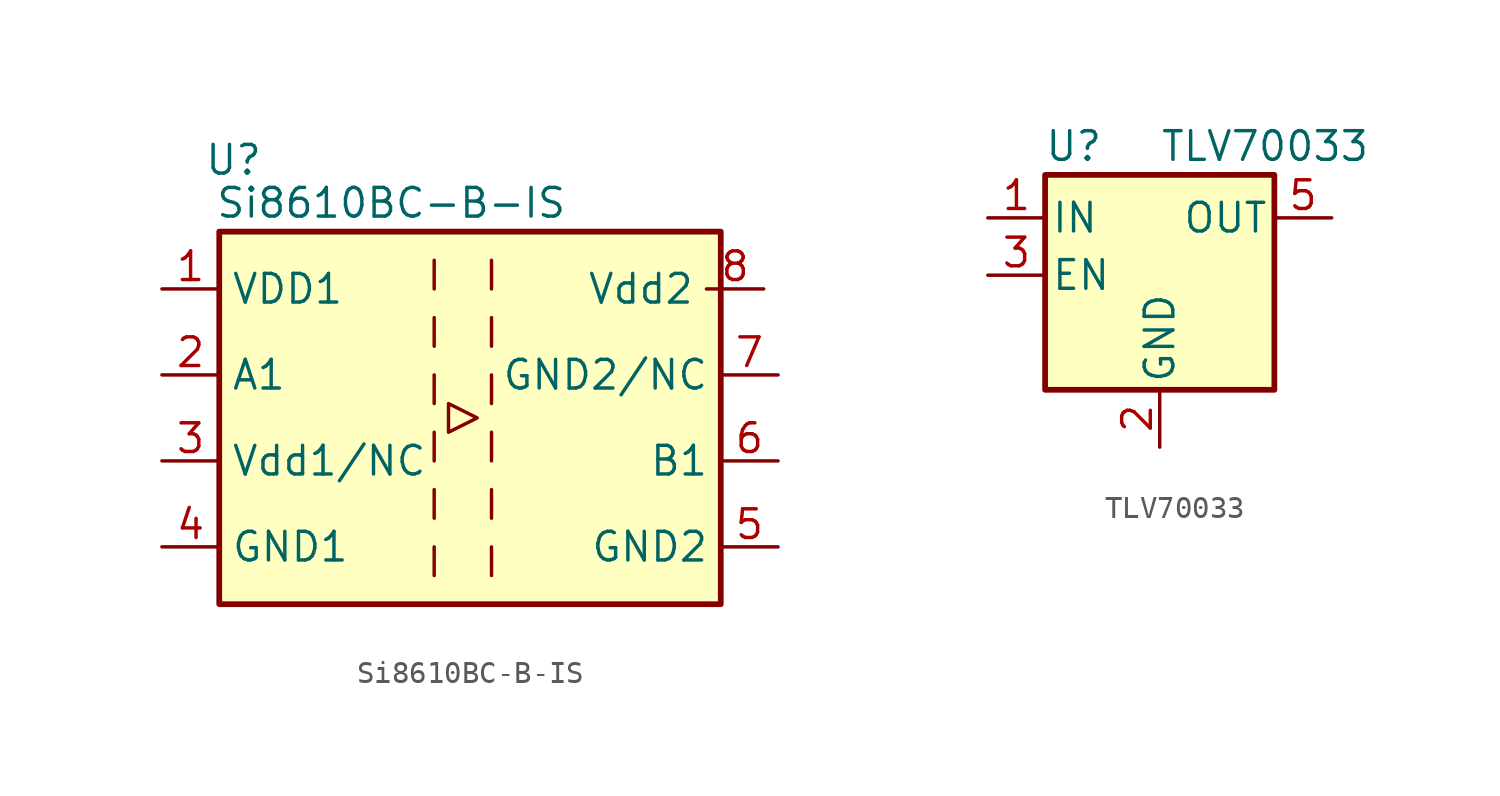
<source format=kicad_sym>
(kicad_symbol_lib
  (version 20211014)
  (generator kicad_symbol_editor)
  (symbol "Si8610BC-B-IS"
    (property "Reference" "U"
      (at -10.16 11.43 0)
      (effects (font (size 1.27 1.27))))
    (property "Value" "Si8610BC-B-IS"
      (at -3.175 9.525 0)
      (effects (font (size 1.27 1.27))))
    (symbol "Si8610BC-B-IS_0_1"
      (rectangle (start -10.795 8.255) (end 11.43 -8.255) (stroke (width 0.254) (type default) (color 0 0 0 0)) (fill (type background)))
      (polyline (pts (xy -1.27 -5.715) (xy -1.27 -6.985)) (stroke (width 0) (type default) (color 0 0 0 0)) (fill (type none)))
      (polyline (pts (xy -1.27 -3.175) (xy -1.27 -4.445)) (stroke (width 0) (type default) (color 0 0 0 0)) (fill (type none)))
      (polyline (pts (xy -1.27 -0.635) (xy -1.27 -1.905)) (stroke (width 0) (type default) (color 0 0 0 0)) (fill (type none)))
      (polyline (pts (xy -1.27 1.905) (xy -1.27 0.635)) (stroke (width 0) (type default) (color 0 0 0 0)) (fill (type none)))
      (polyline (pts (xy -1.27 4.445) (xy -1.27 3.175)) (stroke (width 0) (type default) (color 0 0 0 0)) (fill (type none)))
      (polyline (pts (xy -1.27 6.985) (xy -1.27 5.715)) (stroke (width 0) (type default) (color 0 0 0 0)) (fill (type none)))
      (polyline (pts (xy 1.27 -5.715) (xy 1.27 -6.985)) (stroke (width 0) (type default) (color 0 0 0 0)) (fill (type none)))
      (polyline (pts (xy 1.27 -3.175) (xy 1.27 -4.445)) (stroke (width 0) (type default) (color 0 0 0 0)) (fill (type none)))
      (polyline (pts (xy 1.27 -0.635) (xy 1.27 -1.905)) (stroke (width 0) (type default) (color 0 0 0 0)) (fill (type none)))
      (polyline (pts (xy 1.27 1.905) (xy 1.27 0.635)) (stroke (width 0) (type default) (color 0 0 0 0)) (fill (type none)))
      (polyline (pts (xy 1.27 4.445) (xy 1.27 3.175)) (stroke (width 0) (type default) (color 0 0 0 0)) (fill (type none)))
      (polyline (pts (xy 1.27 6.985) (xy 1.27 5.715)) (stroke (width 0) (type default) (color 0 0 0 0)) (fill (type none)))
      (polyline (pts (xy -0.635 0.635) (xy -0.635 -0.635) (xy 0.635 0) (xy -0.635 0.635)) (stroke (width 0) (type default) (color 0 0 0 0)) (fill (type none))))
    (symbol "Si8610BC-B-IS_1_1"
      (pin passive line (at -13.335 5.715 0) (length 2.54) (name "VDD1" (effects (font (size 1.27 1.27)))) (number "1" (effects (font (size 1.27 1.27)))))
      (pin passive line (at -13.335 1.905 0) (length 2.54) (name "A1" (effects (font (size 1.27 1.27)))) (number "2" (effects (font (size 1.27 1.27)))))
      (pin passive line (at -13.335 -1.905 0) (length 2.54) (name "Vdd1/NC" (effects (font (size 1.27 1.27)))) (number "3" (effects (font (size 1.27 1.27)))))
      (pin passive line (at -13.335 -5.715 0) (length 2.54) (name "GND1" (effects (font (size 1.27 1.27)))) (number "4" (effects (font (size 1.27 1.27)))))
      (pin passive line (at 13.97 -5.715 180) (length 2.54) (name "GND2" (effects (font (size 1.27 1.27)))) (number "5" (effects (font (size 1.27 1.27)))))
      (pin passive line (at 13.97 -1.905 180) (length 2.54) (name "B1" (effects (font (size 1.27 1.27)))) (number "6" (effects (font (size 1.27 1.27)))))
      (pin passive line (at 13.97 1.905 180) (length 2.54) (name "GND2/NC" (effects (font (size 1.27 1.27)))) (number "7" (effects (font (size 1.27 1.27)))))
      (pin passive line (at 13.335 5.715 180) (length 2.54) (name "Vdd2" (effects (font (size 1.27 1.27)))) (number "8" (effects (font (size 1.27 1.27)))))))
  (symbol "TLV70033"
    (pin_names
      (offset 0.254))
    (property "Reference" "U"
      (at -3.81 5.715 0)
      (effects (font (size 1.27 1.27))))
    (property "Value" "TLV70033"
      (at 0 5.715 0)
      (effects (font (size 1.27 1.27)) (justify left)))
    (symbol "TLV70033_0_1"
      (rectangle (start -5.08 4.445) (end 5.08 -5.08) (stroke (width 0.254) (type default) (color 0 0 0 0)) (fill (type background))))
    (symbol "TLV70033_1_1"
      (pin power_in line (at -7.62 2.54 0) (length 2.54) (name "IN" (effects (font (size 1.27 1.27)))) (number "1" (effects (font (size 1.27 1.27)))))
      (pin power_in line (at 0 -7.62 90) (length 2.54) (name "GND" (effects (font (size 1.27 1.27)))) (number "2" (effects (font (size 1.27 1.27)))))
      (pin input line (at -7.62 0 0) (length 2.54) (name "EN" (effects (font (size 1.27 1.27)))) (number "3" (effects (font (size 1.27 1.27)))))
      (pin no_connect line (at 7.62 0 180) (length 2.54) hide (name "NC" (effects (font (size 1.27 1.27)))) (number "4" (effects (font (size 1.27 1.27)))))
      (pin power_out line (at 7.62 2.54 180) (length 2.54) (name "OUT" (effects (font (size 1.27 1.27)))) (number "5" (effects (font (size 1.27 1.27))))))))
</source>
